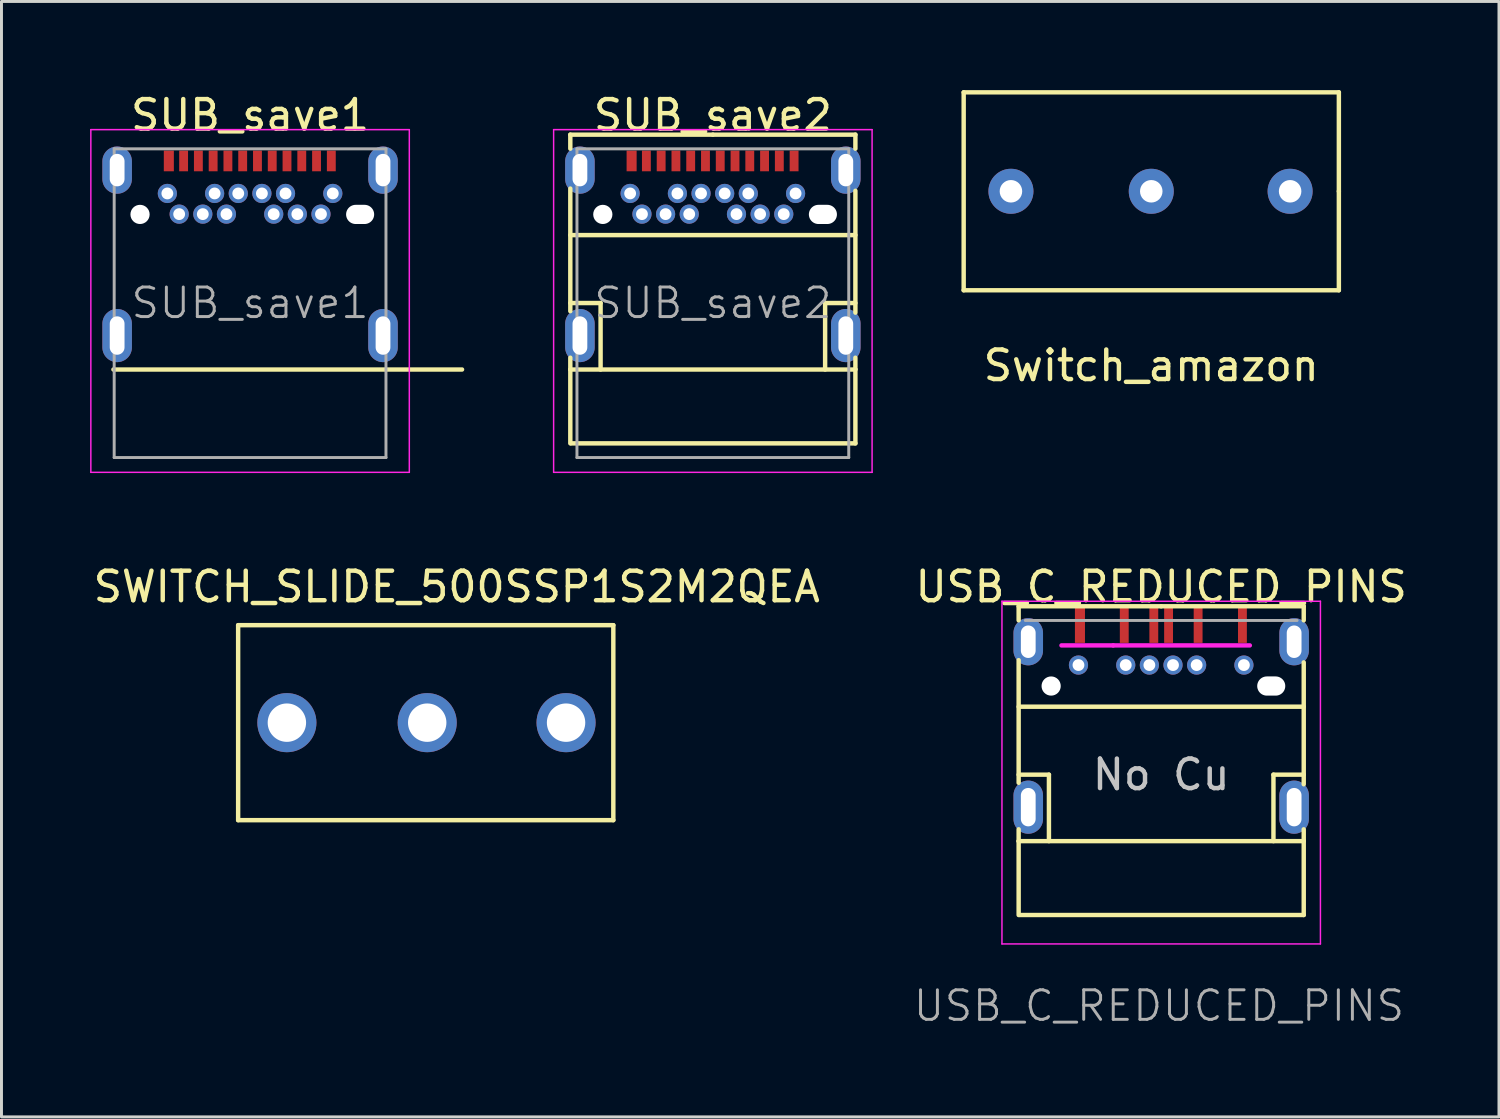
<source format=kicad_pcb>
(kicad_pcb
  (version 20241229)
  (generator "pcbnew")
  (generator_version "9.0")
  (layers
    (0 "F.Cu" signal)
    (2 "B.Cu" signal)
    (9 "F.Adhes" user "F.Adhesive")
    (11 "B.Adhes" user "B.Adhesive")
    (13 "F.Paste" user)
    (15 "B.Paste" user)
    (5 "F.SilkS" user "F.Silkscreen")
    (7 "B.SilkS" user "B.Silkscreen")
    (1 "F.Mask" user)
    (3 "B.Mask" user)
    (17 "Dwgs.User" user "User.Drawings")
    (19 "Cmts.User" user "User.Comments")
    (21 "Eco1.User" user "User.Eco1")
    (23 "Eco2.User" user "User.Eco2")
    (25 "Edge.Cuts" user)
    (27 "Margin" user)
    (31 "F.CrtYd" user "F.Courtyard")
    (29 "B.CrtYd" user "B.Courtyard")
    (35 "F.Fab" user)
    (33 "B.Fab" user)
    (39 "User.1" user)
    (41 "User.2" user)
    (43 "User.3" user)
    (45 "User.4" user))
  (footprint "USB_C_REDUCED_PINS"
    (layer "F.Cu")
    (at 36.256 23.172)
    (property "Reference" "USB_C_REDUCED_PINS" (at 0 -6.36 0) (layer "F.SilkS") (effects (font (size 1 1) (thickness 0.15))))
    (attr smd)
    (fp_line (start -4.825 -5.7) (end -4.825 -5.225) (stroke (width 0.15) (type solid)) (layer "F.SilkS"))
    (fp_line (start -4.825 -3.875) (end -4.825 0.275) (stroke (width 0.15) (type solid)) (layer "F.SilkS"))
    (fp_line (start -4.825 1.85) (end -4.825 2.25) (stroke (width 0.15) (type solid)) (layer "F.SilkS"))
    (fp_line (start -4.825 2.25) (end -4.825 4.75) (stroke (width 0.15) (type solid)) (layer "F.SilkS"))
    (fp_line (start -4.825 2.25) (end 4.825 2.25) (stroke (width 0.15) (type solid)) (layer "F.SilkS"))
    (fp_line (start -3.8 0) (end -4.825 0) (stroke (width 0.15) (type solid)) (layer "F.SilkS"))
    (fp_line (start -3.8 2.25) (end -3.8 0) (stroke (width 0.15) (type solid)) (layer "F.SilkS"))
    (fp_line (start 0 -5.7) (end -4.825 -5.7) (stroke (width 0.15) (type solid)) (layer "F.SilkS"))
    (fp_line (start 0 -5.7) (end 4.825 -5.7) (stroke (width 0.15) (type solid)) (layer "F.SilkS"))
    (fp_line (start 3.8 0) (end 4.825 0) (stroke (width 0.15) (type solid)) (layer "F.SilkS"))
    (fp_line (start 3.8 2.25) (end 3.8 0) (stroke (width 0.15) (type solid)) (layer "F.SilkS"))
    (fp_line (start 4.825 -5.7) (end 4.825 -5.225) (stroke (width 0.15) (type solid)) (layer "F.SilkS"))
    (fp_line (start 4.825 -3.8) (end 4.825 0.325) (stroke (width 0.15) (type solid)) (layer "F.SilkS"))
    (fp_line (start 4.825 -2.3) (end -4.825 -2.3) (stroke (width 0.15) (type solid)) (layer "F.SilkS"))
    (fp_line (start 4.825 1.85) (end 4.825 2.225) (stroke (width 0.15) (type solid)) (layer "F.SilkS"))
    (fp_line (start 4.825 2.25) (end 4.825 4.75) (stroke (width 0.15) (type solid)) (layer "F.SilkS"))
    (fp_line (start 4.825 4.75) (end -4.8 4.75) (stroke (width 0.15) (type solid)) (layer "F.SilkS"))
    (fp_line (start -5.39 -5.87) (end 5.39 -5.87) (stroke (width 0.05) (type solid)) (layer "F.CrtYd"))
    (fp_line (start -5.39 5.73) (end -5.39 -5.87) (stroke (width 0.05) (type solid)) (layer "F.CrtYd"))
    (fp_line (start -1.625 -4.375) (end -3.375 -4.375) (stroke (width 0.15) (type solid)) (layer "F.CrtYd"))
    (fp_line (start 3 -4.375) (end -1.625 -4.375) (stroke (width 0.15) (type solid)) (layer "F.CrtYd"))
    (fp_line (start 5.39 -5.87) (end 5.39 5.73) (stroke (width 0.05) (type solid)) (layer "F.CrtYd"))
    (fp_line (start 5.39 5.73) (end -5.39 5.73) (stroke (width 0.05) (type solid)) (layer "F.CrtYd"))
    (fp_line (start -4.6 -5.22) (end 4.6 -5.22) (stroke (width 0.1) (type solid)) (layer "F.Fab"))
    (fp_text user "No Cu" (at 0 0 0) (layer "Dwgs.User") (effects (font (size 1 1) (thickness 0.15))))
    (fp_text user "${REFERENCE}" (at -0.075 7.825 0) (layer "F.Fab") (effects (font (size 1 1) (thickness 0.1))))
    (pad "" np_thru_hole circle (at -3.725 -3) (size 0.65 0.65) (drill 0.65) (layers "*.Cu" "*.Mask"))
    (pad "" np_thru_hole oval (at 3.725 -3) (size 0.95 0.65) (drill oval 0.95 0.65) (layers "*.Cu" "*.Mask"))
    (pad "A1" smd rect (at -2.75 -5.06) (size 0.34 1.2) (layers "F.Cu" "F.Mask" "F.Paste"))
    (pad "A4" smd rect (at -1.25 -5.06) (size 0.3 1.2) (layers "F.Cu" "F.Mask" "F.Paste"))
    (pad "A6" smd rect (at -0.25 -5.06) (size 0.3 1.2) (layers "F.Cu" "F.Mask" "F.Paste"))
    (pad "A7" smd rect (at 0.25 -5.06) (size 0.3 1.2) (layers "F.Cu" "F.Mask" "F.Paste"))
    (pad "A9" smd rect (at 1.25 -5.06) (size 0.3 1.2) (layers "F.Cu" "F.Mask" "F.Paste"))
    (pad "A12" smd rect (at 2.75 -5.06) (size 0.3 1.2) (layers "F.Cu" "F.Mask" "F.Paste"))
    (pad "B1" thru_hole circle (at 2.8 -3.71) (size 0.65 0.65) (drill 0.4) (layers "*.Cu" "*.Mask"))
    (pad "B4" thru_hole circle (at 1.2 -3.71) (size 0.65 0.65) (drill 0.4) (layers "*.Cu" "*.Mask"))
    (pad "B6" thru_hole circle (at 0.4 -3.71) (size 0.65 0.65) (drill 0.4) (layers "*.Cu" "*.Mask"))
    (pad "B7" thru_hole circle (at -0.4 -3.71) (size 0.65 0.65) (drill 0.4) (layers "*.Cu" "*.Mask"))
    (pad "B9" thru_hole circle (at -1.2 -3.71) (size 0.65 0.65) (drill 0.4) (layers "*.Cu" "*.Mask"))
    (pad "B12" thru_hole circle (at -2.8 -3.71) (size 0.65 0.65) (drill 0.4) (layers "*.Cu" "*.Mask"))
    (pad "S1" thru_hole oval (at -4.5 -4.5) (size 1 1.6) (drill oval 0.5 1.1) (layers "*.Cu" "*.Mask"))
    (pad "S1" thru_hole oval (at -4.5 1.1) (size 1 1.8) (drill oval 0.5 1.3) (layers "*.Cu" "*.Mask"))
    (pad "S1" thru_hole oval (at 4.5 -4.5) (size 1 1.6) (drill oval 0.5 1.1) (layers "*.Cu" "*.Mask"))
    (pad "S1" thru_hole oval (at 4.5 1.1) (size 1 1.8) (drill oval 0.5 1.3) (layers "*.Cu" "*.Mask")))
  (footprint "SWITCH_SLIDE_500SSP1S2M2QEA"
    (layer "F.Cu")
    (at 6.711 21.412)
    (property "Reference" "SWITCH_SLIDE_500SSP1S2M2QEA" (at 5.7 -4.6 0) (layer "F.SilkS") (effects (font (size 1 1) (thickness 0.15))))
    (attr through_hole)
    (fp_line (start -1.7 -3.3) (end -1.7 3.3) (stroke (width 0.15) (type solid)) (layer "F.SilkS"))
    (fp_line (start -1.7 -3.3) (end 11 -3.3) (stroke (width 0.15) (type solid)) (layer "F.SilkS"))
    (fp_line (start -1.7 3.3) (end 11 3.3) (stroke (width 0.15) (type solid)) (layer "F.SilkS"))
    (fp_line (start 11 3.3) (end 11 -3.3) (stroke (width 0.15) (type solid)) (layer "F.SilkS"))
    (pad "1" thru_hole circle (at -0.05 0) (size 2 2) (drill 1.3) (layers "*.Cu" "*.Mask"))
    (pad "2" thru_hole circle (at 4.7 0) (size 2 2) (drill 1.3) (layers "*.Cu" "*.Mask"))
    (pad "3" thru_hole circle (at 9.4 0) (size 2 2) (drill 1.3) (layers "*.Cu" "*.Mask")))
  (footprint "SUB_save2"
    (layer "F.Cu")
    (at 21.08 7.208)
    (property "Reference" "SUB_save2" (at 0 -6.36 0) (layer "F.SilkS") (effects (font (size 1 1) (thickness 0.15))))
    (attr smd)
    (fp_line (start -4.825 -5.7) (end -4.825 -5.225) (stroke (width 0.15) (type solid)) (layer "F.SilkS"))
    (fp_line (start -4.825 -3.875) (end -4.825 0.275) (stroke (width 0.15) (type solid)) (layer "F.SilkS"))
    (fp_line (start -4.825 1.85) (end -4.825 2.25) (stroke (width 0.15) (type solid)) (layer "F.SilkS"))
    (fp_line (start -4.825 2.25) (end -4.825 4.75) (stroke (width 0.15) (type solid)) (layer "F.SilkS"))
    (fp_line (start -4.825 2.25) (end 4.825 2.25) (stroke (width 0.15) (type solid)) (layer "F.SilkS"))
    (fp_line (start -3.8 0) (end -4.825 0) (stroke (width 0.15) (type solid)) (layer "F.SilkS"))
    (fp_line (start -3.8 2.25) (end -3.8 0) (stroke (width 0.15) (type solid)) (layer "F.SilkS"))
    (fp_line (start 0 -5.7) (end -4.825 -5.7) (stroke (width 0.15) (type solid)) (layer "F.SilkS"))
    (fp_line (start 0 -5.7) (end 4.825 -5.7) (stroke (width 0.15) (type solid)) (layer "F.SilkS"))
    (fp_line (start 3.8 0) (end 4.825 0) (stroke (width 0.15) (type solid)) (layer "F.SilkS"))
    (fp_line (start 3.8 2.25) (end 3.8 0) (stroke (width 0.15) (type solid)) (layer "F.SilkS"))
    (fp_line (start 4.825 -5.7) (end 4.825 -5.225) (stroke (width 0.15) (type solid)) (layer "F.SilkS"))
    (fp_line (start 4.825 -3.8) (end 4.825 0.325) (stroke (width 0.15) (type solid)) (layer "F.SilkS"))
    (fp_line (start 4.825 -2.3) (end -4.825 -2.3) (stroke (width 0.15) (type solid)) (layer "F.SilkS"))
    (fp_line (start 4.825 1.85) (end 4.825 2.225) (stroke (width 0.15) (type solid)) (layer "F.SilkS"))
    (fp_line (start 4.825 2.25) (end 4.825 4.75) (stroke (width 0.15) (type solid)) (layer "F.SilkS"))
    (fp_line (start 4.825 4.75) (end -4.8 4.75) (stroke (width 0.15) (type solid)) (layer "F.SilkS"))
    (fp_line (start -5.39 -5.87) (end 5.39 -5.87) (stroke (width 0.05) (type solid)) (layer "F.CrtYd"))
    (fp_line (start -5.39 5.73) (end -5.39 -5.87) (stroke (width 0.05) (type solid)) (layer "F.CrtYd"))
    (fp_line (start 5.39 -5.87) (end 5.39 5.73) (stroke (width 0.05) (type solid)) (layer "F.CrtYd"))
    (fp_line (start 5.39 5.73) (end -5.39 5.73) (stroke (width 0.05) (type solid)) (layer "F.CrtYd"))
    (fp_line (start -4.6 -5.22) (end 4.6 -5.22) (stroke (width 0.1) (type solid)) (layer "F.Fab"))
    (fp_line (start -4.6 5.23) (end -4.6 -5.22) (stroke (width 0.1) (type solid)) (layer "F.Fab"))
    (fp_line (start -4.6 5.23) (end 4.6 5.23) (stroke (width 0.1) (type solid)) (layer "F.Fab"))
    (fp_line (start 4.6 5.23) (end 4.6 -5.22) (stroke (width 0.1) (type solid)) (layer "F.Fab"))
    (fp_text user "${REFERENCE}" (at 0 0 0) (layer "F.Fab") (effects (font (size 1 1) (thickness 0.1))))
    (pad "" np_thru_hole circle (at -3.725 -3) (size 0.65 0.65) (drill 0.65) (layers "*.Cu" "*.Mask"))
    (pad "" np_thru_hole oval (at 3.725 -3) (size 0.95 0.65) (drill oval 0.95 0.65) (layers "*.Cu" "*.Mask"))
    (pad "A1" smd rect (at -2.75 -4.81) (size 0.34 0.7) (layers "F.Cu" "F.Mask" "F.Paste"))
    (pad "A2" smd rect (at -2.25 -4.81) (size 0.3 0.7) (layers "F.Cu" "F.Mask" "F.Paste"))
    (pad "A3" smd rect (at -1.75 -4.81) (size 0.3 0.7) (layers "F.Cu" "F.Mask" "F.Paste"))
    (pad "A4" smd rect (at -1.25 -4.81) (size 0.3 0.7) (layers "F.Cu" "F.Mask" "F.Paste"))
    (pad "A5" smd rect (at -0.75 -4.81) (size 0.3 0.7) (layers "F.Cu" "F.Mask" "F.Paste"))
    (pad "A6" smd rect (at -0.25 -4.81) (size 0.3 0.7) (layers "F.Cu" "F.Mask" "F.Paste"))
    (pad "A7" smd rect (at 0.25 -4.81) (size 0.3 0.7) (layers "F.Cu" "F.Mask" "F.Paste"))
    (pad "A8" smd rect (at 0.75 -4.81) (size 0.3 0.7) (layers "F.Cu" "F.Mask" "F.Paste"))
    (pad "A9" smd rect (at 1.25 -4.81) (size 0.3 0.7) (layers "F.Cu" "F.Mask" "F.Paste"))
    (pad "A10" smd rect (at 1.75 -4.81) (size 0.3 0.7) (layers "F.Cu" "F.Mask" "F.Paste"))
    (pad "A11" smd rect (at 2.25 -4.81) (size 0.3 0.7) (layers "F.Cu" "F.Mask" "F.Paste"))
    (pad "A12" smd rect (at 2.75 -4.81) (size 0.3 0.7) (layers "F.Cu" "F.Mask" "F.Paste"))
    (pad "B1" thru_hole circle (at 2.8 -3.71) (size 0.65 0.65) (drill 0.4) (layers "*.Cu" "*.Mask"))
    (pad "B2" thru_hole circle (at 2.4 -3.01) (size 0.65 0.65) (drill 0.4) (layers "*.Cu" "*.Mask"))
    (pad "B3" thru_hole circle (at 1.6 -3.01) (size 0.65 0.65) (drill 0.4) (layers "*.Cu" "*.Mask"))
    (pad "B4" thru_hole circle (at 1.2 -3.71) (size 0.65 0.65) (drill 0.4) (layers "*.Cu" "*.Mask"))
    (pad "B5" thru_hole circle (at 0.8 -3.01) (size 0.65 0.65) (drill 0.4) (layers "*.Cu" "*.Mask"))
    (pad "B6" thru_hole circle (at 0.4 -3.71) (size 0.65 0.65) (drill 0.4) (layers "*.Cu" "*.Mask"))
    (pad "B7" thru_hole circle (at -0.4 -3.71) (size 0.65 0.65) (drill 0.4) (layers "*.Cu" "*.Mask"))
    (pad "B8" thru_hole circle (at -0.8 -3.01) (size 0.65 0.65) (drill 0.4) (layers "*.Cu" "*.Mask"))
    (pad "B9" thru_hole circle (at -1.2 -3.71) (size 0.65 0.65) (drill 0.4) (layers "*.Cu" "*.Mask"))
    (pad "B10" thru_hole circle (at -1.6 -3.01) (size 0.65 0.65) (drill 0.4) (layers "*.Cu" "*.Mask"))
    (pad "B11" thru_hole circle (at -2.4 -3.01) (size 0.65 0.65) (drill 0.4) (layers "*.Cu" "*.Mask"))
    (pad "B12" thru_hole circle (at -2.8 -3.71) (size 0.65 0.65) (drill 0.4) (layers "*.Cu" "*.Mask"))
    (pad "S1" thru_hole oval (at -4.5 -4.5) (size 1 1.6) (drill oval 0.5 1.1) (layers "*.Cu" "*.Mask"))
    (pad "S1" thru_hole oval (at -4.5 1.1) (size 1 1.8) (drill oval 0.5 1.3) (layers "*.Cu" "*.Mask"))
    (pad "S1" thru_hole oval (at 4.5 -4.5) (size 1 1.6) (drill oval 0.5 1.1) (layers "*.Cu" "*.Mask"))
    (pad "S1" thru_hole oval (at 4.5 1.1) (size 1 1.8) (drill oval 0.5 1.3) (layers "*.Cu" "*.Mask")))
  (footprint "SUB_save1"
    (layer "F.Cu")
    (at 5.415 7.208)
    (property "Reference" "SUB_save1" (at 0 -6.36 0) (layer "F.SilkS") (effects (font (size 1 1) (thickness 0.15))))
    (attr smd)
    (fp_line (start -4.625 2.25) (end 7.175 2.25) (stroke (width 0.15) (type solid)) (layer "F.SilkS"))
    (fp_line (start -5.39 -5.87) (end 5.39 -5.87) (stroke (width 0.05) (type solid)) (layer "F.CrtYd"))
    (fp_line (start -5.39 5.73) (end -5.39 -5.87) (stroke (width 0.05) (type solid)) (layer "F.CrtYd"))
    (fp_line (start 5.39 -5.87) (end 5.39 5.73) (stroke (width 0.05) (type solid)) (layer "F.CrtYd"))
    (fp_line (start 5.39 5.73) (end -5.39 5.73) (stroke (width 0.05) (type solid)) (layer "F.CrtYd"))
    (fp_line (start -4.6 -5.22) (end 4.6 -5.22) (stroke (width 0.1) (type solid)) (layer "F.Fab"))
    (fp_line (start -4.6 5.23) (end -4.6 -5.22) (stroke (width 0.1) (type solid)) (layer "F.Fab"))
    (fp_line (start -4.6 5.23) (end 4.6 5.23) (stroke (width 0.1) (type solid)) (layer "F.Fab"))
    (fp_line (start 4.6 5.23) (end 4.6 -5.22) (stroke (width 0.1) (type solid)) (layer "F.Fab"))
    (fp_text user "${REFERENCE}" (at 0 0 0) (layer "F.Fab") (effects (font (size 1 1) (thickness 0.1))))
    (pad "" np_thru_hole circle (at -3.725 -3) (size 0.65 0.65) (drill 0.65) (layers "*.Cu" "*.Mask"))
    (pad "" np_thru_hole oval (at 3.725 -3) (size 0.95 0.65) (drill oval 0.95 0.65) (layers "*.Cu" "*.Mask"))
    (pad "A1" smd rect (at -2.75 -4.81) (size 0.34 0.7) (layers "F.Cu" "F.Mask" "F.Paste"))
    (pad "A2" smd rect (at -2.25 -4.81) (size 0.3 0.7) (layers "F.Cu" "F.Mask" "F.Paste"))
    (pad "A3" smd rect (at -1.75 -4.81) (size 0.3 0.7) (layers "F.Cu" "F.Mask" "F.Paste"))
    (pad "A4" smd rect (at -1.25 -4.81) (size 0.3 0.7) (layers "F.Cu" "F.Mask" "F.Paste"))
    (pad "A5" smd rect (at -0.75 -4.81) (size 0.3 0.7) (layers "F.Cu" "F.Mask" "F.Paste"))
    (pad "A6" smd rect (at -0.25 -4.81) (size 0.3 0.7) (layers "F.Cu" "F.Mask" "F.Paste"))
    (pad "A7" smd rect (at 0.25 -4.81) (size 0.3 0.7) (layers "F.Cu" "F.Mask" "F.Paste"))
    (pad "A8" smd rect (at 0.75 -4.81) (size 0.3 0.7) (layers "F.Cu" "F.Mask" "F.Paste"))
    (pad "A9" smd rect (at 1.25 -4.81) (size 0.3 0.7) (layers "F.Cu" "F.Mask" "F.Paste"))
    (pad "A10" smd rect (at 1.75 -4.81) (size 0.3 0.7) (layers "F.Cu" "F.Mask" "F.Paste"))
    (pad "A11" smd rect (at 2.25 -4.81) (size 0.3 0.7) (layers "F.Cu" "F.Mask" "F.Paste"))
    (pad "A12" smd rect (at 2.75 -4.81) (size 0.3 0.7) (layers "F.Cu" "F.Mask" "F.Paste"))
    (pad "B1" thru_hole circle (at 2.8 -3.71) (size 0.65 0.65) (drill 0.4) (layers "*.Cu" "*.Mask"))
    (pad "B2" thru_hole circle (at 2.4 -3.01) (size 0.65 0.65) (drill 0.4) (layers "*.Cu" "*.Mask"))
    (pad "B3" thru_hole circle (at 1.6 -3.01) (size 0.65 0.65) (drill 0.4) (layers "*.Cu" "*.Mask"))
    (pad "B4" thru_hole circle (at 1.2 -3.71) (size 0.65 0.65) (drill 0.4) (layers "*.Cu" "*.Mask"))
    (pad "B5" thru_hole circle (at 0.8 -3.01) (size 0.65 0.65) (drill 0.4) (layers "*.Cu" "*.Mask"))
    (pad "B6" thru_hole circle (at 0.4 -3.71) (size 0.65 0.65) (drill 0.4) (layers "*.Cu" "*.Mask"))
    (pad "B7" thru_hole circle (at -0.4 -3.71) (size 0.65 0.65) (drill 0.4) (layers "*.Cu" "*.Mask"))
    (pad "B8" thru_hole circle (at -0.8 -3.01) (size 0.65 0.65) (drill 0.4) (layers "*.Cu" "*.Mask"))
    (pad "B9" thru_hole circle (at -1.2 -3.71) (size 0.65 0.65) (drill 0.4) (layers "*.Cu" "*.Mask"))
    (pad "B10" thru_hole circle (at -1.6 -3.01) (size 0.65 0.65) (drill 0.4) (layers "*.Cu" "*.Mask"))
    (pad "B11" thru_hole circle (at -2.4 -3.01) (size 0.65 0.65) (drill 0.4) (layers "*.Cu" "*.Mask"))
    (pad "B12" thru_hole circle (at -2.8 -3.71) (size 0.65 0.65) (drill 0.4) (layers "*.Cu" "*.Mask"))
    (pad "S1" thru_hole oval (at -4.5 -4.5) (size 1 1.6) (drill oval 0.5 1.1) (layers "*.Cu" "*.Mask"))
    (pad "S1" thru_hole oval (at -4.5 1.1) (size 1 1.8) (drill oval 0.5 1.3) (layers "*.Cu" "*.Mask"))
    (pad "S1" thru_hole oval (at 4.5 -4.5) (size 1 1.6) (drill oval 0.5 1.1) (layers "*.Cu" "*.Mask"))
    (pad "S1" thru_hole oval (at 4.5 1.1) (size 1 1.8) (drill oval 0.5 1.3) (layers "*.Cu" "*.Mask")))
  (footprint "Switch_amazon"
    (layer "F.Cu")
    (at 35.92 3.425)
    (property "Reference" "Switch_amazon" (at 0 5.9 0) (layer "F.SilkS") (effects (font (size 1 1) (thickness 0.15))))
    (attr through_hole)
    (fp_line (start -6.35 -3.35) (end -6.35 3.35) (stroke (width 0.15) (type solid)) (layer "F.SilkS"))
    (fp_line (start -6.35 3.35) (end 6.35 3.35) (stroke (width 0.15) (type solid)) (layer "F.SilkS"))
    (fp_line (start 6.35 -3.35) (end -6.35 -3.35) (stroke (width 0.15) (type solid)) (layer "F.SilkS"))
    (fp_line (start 6.35 0) (end 6.35 -3.35) (stroke (width 0.15) (type solid)) (layer "F.SilkS"))
    (fp_line (start 6.35 3.35) (end 6.35 0) (stroke (width 0.15) (type solid)) (layer "F.SilkS"))
    (pad "1" thru_hole circle (at 4.7 0) (size 1.524 1.524) (drill 0.762) (layers "*.Cu" "*.Mask"))
    (pad "2" thru_hole circle (at 0 0) (size 1.524 1.524) (drill 0.762) (layers "*.Cu" "*.Mask"))
    (pad "3" thru_hole circle (at -4.75 0) (size 1.524 1.524) (drill 0.762) (layers "*.Cu" "*.Mask")))
  (gr_rect
    (start -3 -3)
    (end 47.69 34.757)
    (stroke (width 0.1) (type default))
    (fill no)
    (layer "Edge.Cuts")))
</source>
